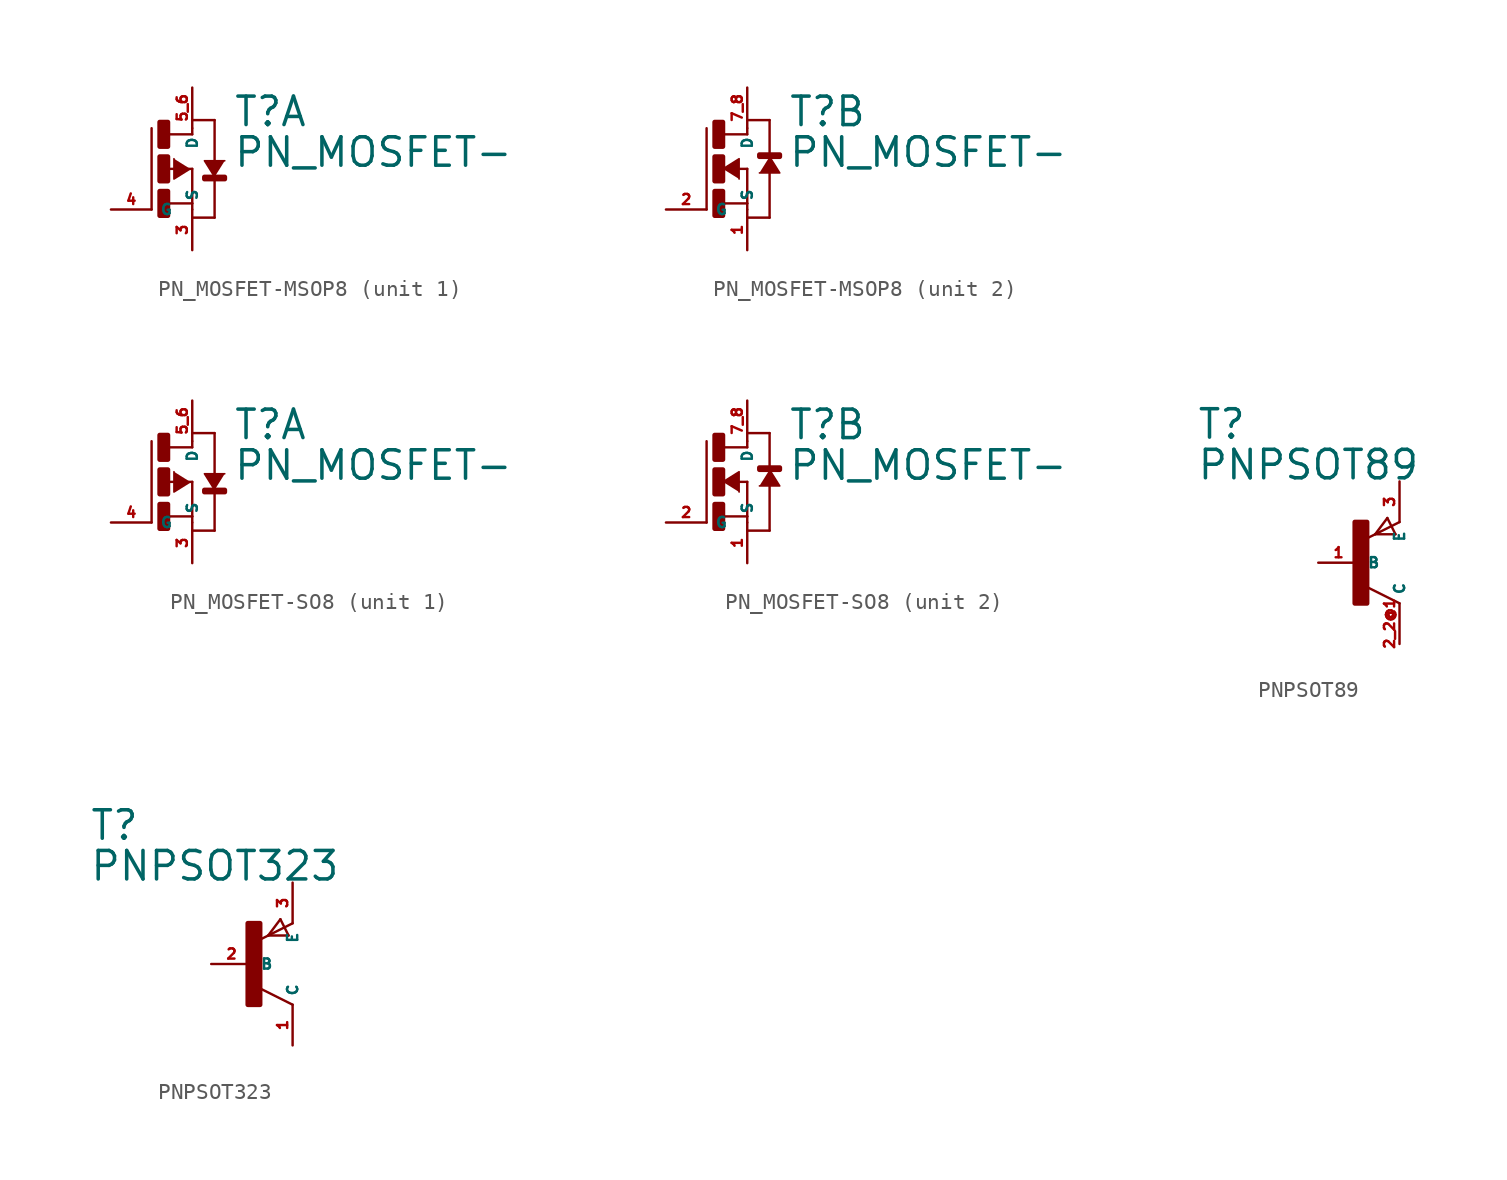
<source format=kicad_sym>
(kicad_symbol_lib
  (version 20220914)
  (generator Eagle2Kicad)
  (symbol "PN_MOSFET-MSOP8"
    (property "Reference" "T"
      (at 2.54 2.54 0)
      (effects (font (size 1.778 1.778) (thickness 0.22)) (justify left bottom)))
    (property "Value" "PN_MOSFET-"
      (at 2.54 0 0)
      (effects (font (size 1.778 1.778) (thickness 0.22)) (justify left bottom)))
    (symbol "PN_MOSFET-MSOP8_1_0"
      (polyline (pts (xy -0.127 0) (xy -1.143 -0.635) (xy -1.143 0.635)) (stroke (width 0.102) (type default)) (fill (type outline)))
      (polyline (pts (xy 1.397 -0.508) (xy 0.762 0.508) (xy 2.032 0.508)) (stroke (width 0.102) (type default)) (fill (type outline)))
      (polyline (pts (xy -1.651 0) (xy 0 0)) (stroke (width 0.152) (type default)) (fill (type none)))
      (polyline (pts (xy -1.524 -2.159) (xy 0 -2.159)) (stroke (width 0.152) (type default)) (fill (type none)))
      (polyline (pts (xy -2.54 -2.54) (xy -2.54 2.54)) (stroke (width 0.152) (type default)) (fill (type none)))
      (polyline (pts (xy 0 0) (xy 0 -2.159)) (stroke (width 0.152) (type default)) (fill (type none)))
      (polyline (pts (xy 1.397 -0.508) (xy 1.397 -3.048)) (stroke (width 0.152) (type default)) (fill (type none)))
      (polyline (pts (xy 1.397 -3.048) (xy 0 -3.048)) (stroke (width 0.152) (type default)) (fill (type none)))
      (polyline (pts (xy -1.524 2.159) (xy 0 2.159)) (stroke (width 0.152) (type default)) (fill (type none)))
      (polyline (pts (xy 0 2.159) (xy 0 2.54)) (stroke (width 0.152) (type default)) (fill (type none)))
      (polyline (pts (xy 0 3.048) (xy 1.397 3.048)) (stroke (width 0.152) (type default)) (fill (type none)))
      (polyline (pts (xy 1.397 3.048) (xy 1.397 0.381)) (stroke (width 0.152) (type default)) (fill (type none)))
      (polyline (pts (xy 0 -2.159) (xy 0 -2.54)) (stroke (width 0.152) (type default)) (fill (type none)))
      (rectangle (start -2.032 1.397) (end -1.524 2.921) (stroke (width 0.3) (type default)) (fill (type outline)))
      (rectangle (start -2.032 -0.762) (end -1.524 0.762) (stroke (width 0.3) (type default)) (fill (type outline)))
      (rectangle (start -2.032 -2.921) (end -1.524 -1.397) (stroke (width 0.3) (type default)) (fill (type outline)))
      (rectangle (start 0.762 -0.635) (end 2.032 -0.508) (stroke (width 0.3) (type default)) (fill (type outline)))
      (pin passive line (at 0 5.08 270) (length 2.54) (name "D" (effects (font (size 0.635 0.635) (thickness 0.08)) (justify left bottom))) (number "5 6" (effects (font (size 0.635 0.635) (thickness 0.08)) (justify left bottom))))
      (pin passive line (at 0 -5.08 90) (length 2.54) (name "S" (effects (font (size 0.635 0.635) (thickness 0.08)) (justify left bottom))) (number "3" (effects (font (size 0.635 0.635) (thickness 0.08)) (justify left bottom))))
      (pin passive line (at -5.08 -2.54 0) (length 2.54) (name "G" (effects (font (size 0.635 0.635) (thickness 0.08)) (justify left bottom))) (number "4" (effects (font (size 0.635 0.635) (thickness 0.08)) (justify left bottom)))))
    (symbol "PN_MOSFET-MSOP8_2_0"
      (polyline (pts (xy -1.524 0) (xy -0.508 0.635) (xy -0.508 -0.635)) (stroke (width 0.102) (type default)) (fill (type outline)))
      (polyline (pts (xy 1.397 0.762) (xy 2.032 -0.254) (xy 0.762 -0.254)) (stroke (width 0.102) (type default)) (fill (type outline)))
      (polyline (pts (xy -0.508 0) (xy 0 0)) (stroke (width 0.152) (type default)) (fill (type none)))
      (polyline (pts (xy -1.524 -2.159) (xy 0 -2.159)) (stroke (width 0.152) (type default)) (fill (type none)))
      (polyline (pts (xy -2.54 -2.54) (xy -2.54 2.54)) (stroke (width 0.152) (type default)) (fill (type none)))
      (polyline (pts (xy 0 0) (xy 0 -2.159)) (stroke (width 0.152) (type default)) (fill (type none)))
      (polyline (pts (xy 1.397 -0.254) (xy 1.397 -3.048)) (stroke (width 0.152) (type default)) (fill (type none)))
      (polyline (pts (xy 1.397 -3.048) (xy 0 -3.048)) (stroke (width 0.152) (type default)) (fill (type none)))
      (polyline (pts (xy -1.524 2.159) (xy 0 2.159)) (stroke (width 0.152) (type default)) (fill (type none)))
      (polyline (pts (xy 0 2.159) (xy 0 2.54)) (stroke (width 0.152) (type default)) (fill (type none)))
      (polyline (pts (xy 0 3.048) (xy 1.397 3.048)) (stroke (width 0.152) (type default)) (fill (type none)))
      (polyline (pts (xy 1.397 3.048) (xy 1.397 0.762)) (stroke (width 0.152) (type default)) (fill (type none)))
      (polyline (pts (xy 0 -2.159) (xy 0 -2.54)) (stroke (width 0.152) (type default)) (fill (type none)))
      (rectangle (start -2.032 1.397) (end -1.524 2.921) (stroke (width 0.3) (type default)) (fill (type outline)))
      (rectangle (start -2.032 -0.762) (end -1.524 0.762) (stroke (width 0.3) (type default)) (fill (type outline)))
      (rectangle (start -2.032 -2.921) (end -1.524 -1.397) (stroke (width 0.3) (type default)) (fill (type outline)))
      (rectangle (start 0.762 0.762) (end 2.032 0.889) (stroke (width 0.3) (type default)) (fill (type outline)))
      (pin passive line (at 0 5.08 270) (length 2.54) (name "D" (effects (font (size 0.635 0.635) (thickness 0.08)) (justify left bottom))) (number "7 8" (effects (font (size 0.635 0.635) (thickness 0.08)) (justify left bottom))))
      (pin passive line (at 0 -5.08 90) (length 2.54) (name "S" (effects (font (size 0.635 0.635) (thickness 0.08)) (justify left bottom))) (number "1" (effects (font (size 0.635 0.635) (thickness 0.08)) (justify left bottom))))
      (pin passive line (at -5.08 -2.54 0) (length 2.54) (name "G" (effects (font (size 0.635 0.635) (thickness 0.08)) (justify left bottom))) (number "2" (effects (font (size 0.635 0.635) (thickness 0.08)) (justify left bottom))))))
  (symbol "PN_MOSFET-SO8"
    (property "Reference" "T"
      (at 2.54 2.54 0)
      (effects (font (size 1.778 1.778) (thickness 0.22)) (justify left bottom)))
    (property "Value" "PN_MOSFET-"
      (at 2.54 0 0)
      (effects (font (size 1.778 1.778) (thickness 0.22)) (justify left bottom)))
    (symbol "PN_MOSFET-SO8_1_0"
      (polyline (pts (xy -0.127 0) (xy -1.143 -0.635) (xy -1.143 0.635)) (stroke (width 0.102) (type default)) (fill (type outline)))
      (polyline (pts (xy 1.397 -0.508) (xy 0.762 0.508) (xy 2.032 0.508)) (stroke (width 0.102) (type default)) (fill (type outline)))
      (polyline (pts (xy -1.651 0) (xy 0 0)) (stroke (width 0.152) (type default)) (fill (type none)))
      (polyline (pts (xy -1.524 -2.159) (xy 0 -2.159)) (stroke (width 0.152) (type default)) (fill (type none)))
      (polyline (pts (xy -2.54 -2.54) (xy -2.54 2.54)) (stroke (width 0.152) (type default)) (fill (type none)))
      (polyline (pts (xy 0 0) (xy 0 -2.159)) (stroke (width 0.152) (type default)) (fill (type none)))
      (polyline (pts (xy 1.397 -0.508) (xy 1.397 -3.048)) (stroke (width 0.152) (type default)) (fill (type none)))
      (polyline (pts (xy 1.397 -3.048) (xy 0 -3.048)) (stroke (width 0.152) (type default)) (fill (type none)))
      (polyline (pts (xy -1.524 2.159) (xy 0 2.159)) (stroke (width 0.152) (type default)) (fill (type none)))
      (polyline (pts (xy 0 2.159) (xy 0 2.54)) (stroke (width 0.152) (type default)) (fill (type none)))
      (polyline (pts (xy 0 3.048) (xy 1.397 3.048)) (stroke (width 0.152) (type default)) (fill (type none)))
      (polyline (pts (xy 1.397 3.048) (xy 1.397 0.381)) (stroke (width 0.152) (type default)) (fill (type none)))
      (polyline (pts (xy 0 -2.159) (xy 0 -2.54)) (stroke (width 0.152) (type default)) (fill (type none)))
      (rectangle (start -2.032 1.397) (end -1.524 2.921) (stroke (width 0.3) (type default)) (fill (type outline)))
      (rectangle (start -2.032 -0.762) (end -1.524 0.762) (stroke (width 0.3) (type default)) (fill (type outline)))
      (rectangle (start -2.032 -2.921) (end -1.524 -1.397) (stroke (width 0.3) (type default)) (fill (type outline)))
      (rectangle (start 0.762 -0.635) (end 2.032 -0.508) (stroke (width 0.3) (type default)) (fill (type outline)))
      (pin passive line (at 0 5.08 270) (length 2.54) (name "D" (effects (font (size 0.635 0.635) (thickness 0.08)) (justify left bottom))) (number "5 6" (effects (font (size 0.635 0.635) (thickness 0.08)) (justify left bottom))))
      (pin passive line (at 0 -5.08 90) (length 2.54) (name "S" (effects (font (size 0.635 0.635) (thickness 0.08)) (justify left bottom))) (number "3" (effects (font (size 0.635 0.635) (thickness 0.08)) (justify left bottom))))
      (pin passive line (at -5.08 -2.54 0) (length 2.54) (name "G" (effects (font (size 0.635 0.635) (thickness 0.08)) (justify left bottom))) (number "4" (effects (font (size 0.635 0.635) (thickness 0.08)) (justify left bottom)))))
    (symbol "PN_MOSFET-SO8_2_0"
      (polyline (pts (xy -1.524 0) (xy -0.508 0.635) (xy -0.508 -0.635)) (stroke (width 0.102) (type default)) (fill (type outline)))
      (polyline (pts (xy 1.397 0.762) (xy 2.032 -0.254) (xy 0.762 -0.254)) (stroke (width 0.102) (type default)) (fill (type outline)))
      (polyline (pts (xy -0.508 0) (xy 0 0)) (stroke (width 0.152) (type default)) (fill (type none)))
      (polyline (pts (xy -1.524 -2.159) (xy 0 -2.159)) (stroke (width 0.152) (type default)) (fill (type none)))
      (polyline (pts (xy -2.54 -2.54) (xy -2.54 2.54)) (stroke (width 0.152) (type default)) (fill (type none)))
      (polyline (pts (xy 0 0) (xy 0 -2.159)) (stroke (width 0.152) (type default)) (fill (type none)))
      (polyline (pts (xy 1.397 -0.254) (xy 1.397 -3.048)) (stroke (width 0.152) (type default)) (fill (type none)))
      (polyline (pts (xy 1.397 -3.048) (xy 0 -3.048)) (stroke (width 0.152) (type default)) (fill (type none)))
      (polyline (pts (xy -1.524 2.159) (xy 0 2.159)) (stroke (width 0.152) (type default)) (fill (type none)))
      (polyline (pts (xy 0 2.159) (xy 0 2.54)) (stroke (width 0.152) (type default)) (fill (type none)))
      (polyline (pts (xy 0 3.048) (xy 1.397 3.048)) (stroke (width 0.152) (type default)) (fill (type none)))
      (polyline (pts (xy 1.397 3.048) (xy 1.397 0.762)) (stroke (width 0.152) (type default)) (fill (type none)))
      (polyline (pts (xy 0 -2.159) (xy 0 -2.54)) (stroke (width 0.152) (type default)) (fill (type none)))
      (rectangle (start -2.032 1.397) (end -1.524 2.921) (stroke (width 0.3) (type default)) (fill (type outline)))
      (rectangle (start -2.032 -0.762) (end -1.524 0.762) (stroke (width 0.3) (type default)) (fill (type outline)))
      (rectangle (start -2.032 -2.921) (end -1.524 -1.397) (stroke (width 0.3) (type default)) (fill (type outline)))
      (rectangle (start 0.762 0.762) (end 2.032 0.889) (stroke (width 0.3) (type default)) (fill (type outline)))
      (pin passive line (at 0 5.08 270) (length 2.54) (name "D" (effects (font (size 0.635 0.635) (thickness 0.08)) (justify left bottom))) (number "7 8" (effects (font (size 0.635 0.635) (thickness 0.08)) (justify left bottom))))
      (pin passive line (at 0 -5.08 90) (length 2.54) (name "S" (effects (font (size 0.635 0.635) (thickness 0.08)) (justify left bottom))) (number "1" (effects (font (size 0.635 0.635) (thickness 0.08)) (justify left bottom))))
      (pin passive line (at -5.08 -2.54 0) (length 2.54) (name "G" (effects (font (size 0.635 0.635) (thickness 0.08)) (justify left bottom))) (number "2" (effects (font (size 0.635 0.635) (thickness 0.08)) (justify left bottom))))))
  (symbol "PNPSOT89"
    (property "Reference" "T"
      (at -10.16 7.62 0)
      (effects (font (size 1.778 1.778) (thickness 0.22)) (justify left bottom)))
    (property "Value" "PNPSOT89"
      (at -10.16 5.08 0)
      (effects (font (size 1.778 1.778) (thickness 0.22)) (justify left bottom)))
    (polyline
      (pts (xy 2.286 1.778) (xy 1.778 2.794))
      (stroke (width 0.152) (type default))
      (fill (type none)))
    (polyline
      (pts (xy 1.778 2.794) (xy 1.016 1.778))
      (stroke (width 0.152) (type default))
      (fill (type none)))
    (polyline
      (pts (xy 1.016 1.778) (xy 2.286 1.778))
      (stroke (width 0.152) (type default))
      (fill (type none)))
    (polyline
      (pts (xy 2.54 2.54) (xy 0.508 1.524))
      (stroke (width 0.152) (type default))
      (fill (type none)))
    (polyline
      (pts (xy 2.54 -2.54) (xy 0.508 -1.524))
      (stroke (width 0.152) (type default))
      (fill (type none)))
    (rectangle
      (start -0.254 -2.54)
      (end 0.508 2.54)
      (stroke (width 0.3) (type default))
      (fill (type outline)))
    (pin passive line
      (at -2.54 0 0)
      (length 2.54)
      (name "B" (effects (font (size 0.635 0.635) (thickness 0.08)) (justify left bottom)))
      (number "1" (effects (font (size 0.635 0.635) (thickness 0.08)) (justify left bottom))))
    (pin passive line
      (at 2.54 5.08 270)
      (length 2.54)
      (name "E" (effects (font (size 0.635 0.635) (thickness 0.08)) (justify left bottom)))
      (number "3" (effects (font (size 0.635 0.635) (thickness 0.08)) (justify left bottom))))
    (pin passive line
      (at 2.54 -5.08 90)
      (length 2.54)
      (name "C" (effects (font (size 0.635 0.635) (thickness 0.08)) (justify left bottom)))
      (number "2 2@1" (effects (font (size 0.635 0.635) (thickness 0.08)) (justify left bottom)))))
  (symbol "PNPSOT323"
    (property "Reference" "T"
      (at -10.16 7.62 0)
      (effects (font (size 1.778 1.778) (thickness 0.22)) (justify left bottom)))
    (property "Value" "PNPSOT323"
      (at -10.16 5.08 0)
      (effects (font (size 1.778 1.778) (thickness 0.22)) (justify left bottom)))
    (polyline
      (pts (xy 2.286 1.778) (xy 1.778 2.794))
      (stroke (width 0.152) (type default))
      (fill (type none)))
    (polyline
      (pts (xy 1.778 2.794) (xy 1.016 1.778))
      (stroke (width 0.152) (type default))
      (fill (type none)))
    (polyline
      (pts (xy 1.016 1.778) (xy 2.286 1.778))
      (stroke (width 0.152) (type default))
      (fill (type none)))
    (polyline
      (pts (xy 2.54 2.54) (xy 0.508 1.524))
      (stroke (width 0.152) (type default))
      (fill (type none)))
    (polyline
      (pts (xy 2.54 -2.54) (xy 0.508 -1.524))
      (stroke (width 0.152) (type default))
      (fill (type none)))
    (rectangle
      (start -0.254 -2.54)
      (end 0.508 2.54)
      (stroke (width 0.3) (type default))
      (fill (type outline)))
    (pin passive line
      (at -2.54 0 0)
      (length 2.54)
      (name "B" (effects (font (size 0.635 0.635) (thickness 0.08)) (justify left bottom)))
      (number "2" (effects (font (size 0.635 0.635) (thickness 0.08)) (justify left bottom))))
    (pin passive line
      (at 2.54 5.08 270)
      (length 2.54)
      (name "E" (effects (font (size 0.635 0.635) (thickness 0.08)) (justify left bottom)))
      (number "3" (effects (font (size 0.635 0.635) (thickness 0.08)) (justify left bottom))))
    (pin passive line
      (at 2.54 -5.08 90)
      (length 2.54)
      (name "C" (effects (font (size 0.635 0.635) (thickness 0.08)) (justify left bottom)))
      (number "1" (effects (font (size 0.635 0.635) (thickness 0.08)) (justify left bottom))))))
</source>
